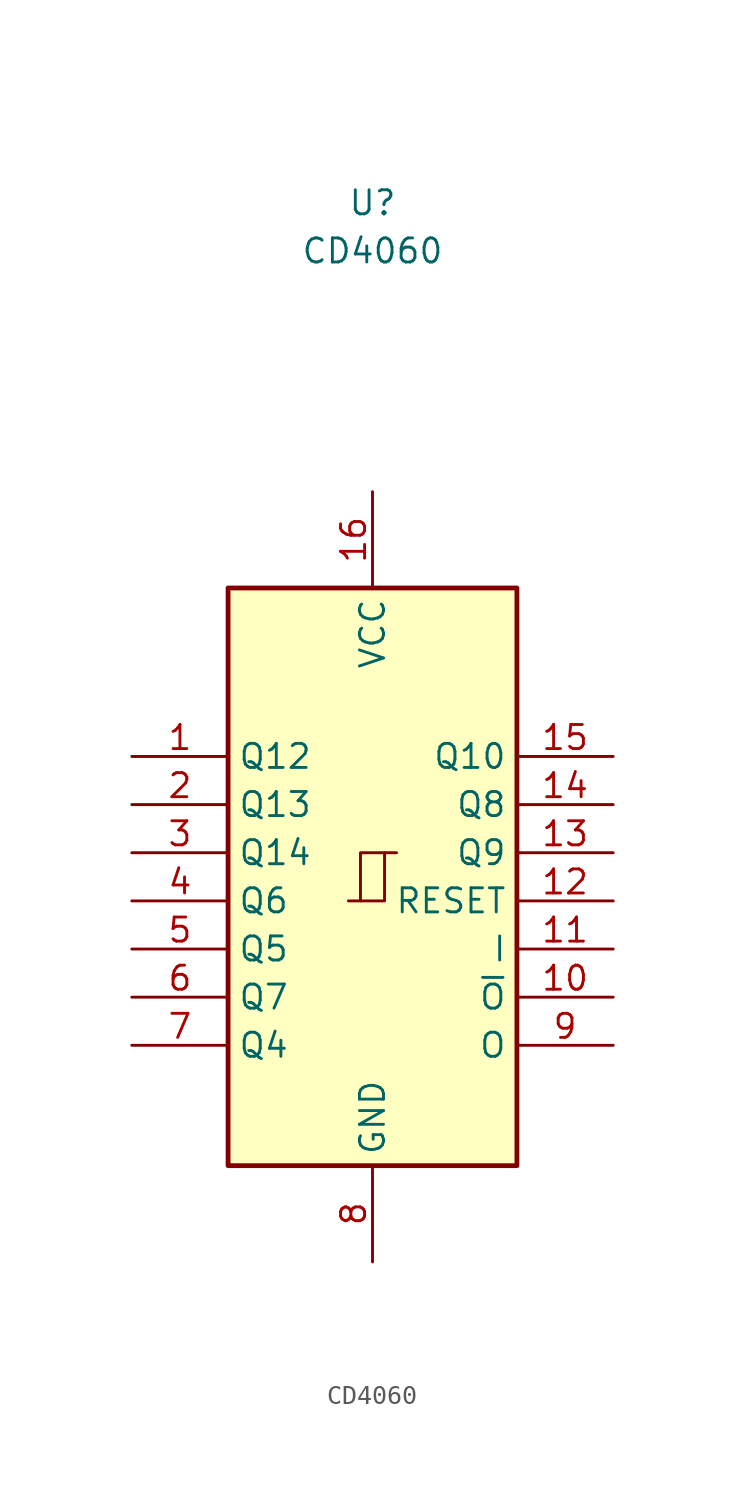
<source format=kicad_sym>
(kicad_symbol_lib
  (version 20211014)
  (generator kicad_symbol_editor)
  (symbol "CD4060"
    (property "Reference" "U"
      (at 0 35.56 0)
      (effects (font (size 1.27 1.27))))
    (property "Value" "CD4060"
      (at 0 33.02 0)
      (effects (font (size 1.27 1.27))))
    (symbol "CD4060_1_0"
      (polyline (pts (xy -0.635 -1.27) (xy -0.635 1.27) (xy 0.635 1.27)) (stroke (width 0) (type default) (color 0 0 0 0)) (fill (type none)))
      (polyline (pts (xy -1.27 -1.27) (xy 0.635 -1.27) (xy 0.635 1.27) (xy 1.27 1.27)) (stroke (width 0) (type default) (color 0 0 0 0)) (fill (type none)))
      (pin output line (at -12.7 6.35 0) (length 5.08) (name "Q12" (effects (font (size 1.27 1.27)))) (number "1" (effects (font (size 1.27 1.27)))))
      (pin output line (at 12.7 -6.35 180) (length 5.08) (name "~{O}" (effects (font (size 1.27 1.27)))) (number "10" (effects (font (size 1.27 1.27)))))
      (pin input line (at 12.7 -3.81 180) (length 5.08) (name "I" (effects (font (size 1.27 1.27)))) (number "11" (effects (font (size 1.27 1.27)))))
      (pin input line (at 12.7 -1.27 180) (length 5.08) (name "RESET" (effects (font (size 1.27 1.27)))) (number "12" (effects (font (size 1.27 1.27)))))
      (pin output line (at 12.7 1.27 180) (length 5.08) (name "Q9" (effects (font (size 1.27 1.27)))) (number "13" (effects (font (size 1.27 1.27)))))
      (pin output line (at 12.7 3.81 180) (length 5.08) (name "Q8" (effects (font (size 1.27 1.27)))) (number "14" (effects (font (size 1.27 1.27)))))
      (pin output line (at 12.7 6.35 180) (length 5.08) (name "Q10" (effects (font (size 1.27 1.27)))) (number "15" (effects (font (size 1.27 1.27)))))
      (pin power_in line (at 0 20.32 270) (length 5.08) (name "VCC" (effects (font (size 1.27 1.27)))) (number "16" (effects (font (size 1.27 1.27)))))
      (pin output line (at -12.7 3.81 0) (length 5.08) (name "Q13" (effects (font (size 1.27 1.27)))) (number "2" (effects (font (size 1.27 1.27)))))
      (pin output line (at -12.7 1.27 0) (length 5.08) (name "Q14" (effects (font (size 1.27 1.27)))) (number "3" (effects (font (size 1.27 1.27)))))
      (pin output line (at -12.7 -1.27 0) (length 5.08) (name "Q6" (effects (font (size 1.27 1.27)))) (number "4" (effects (font (size 1.27 1.27)))))
      (pin output line (at -12.7 -3.81 0) (length 5.08) (name "Q5" (effects (font (size 1.27 1.27)))) (number "5" (effects (font (size 1.27 1.27)))))
      (pin output line (at -12.7 -6.35 0) (length 5.08) (name "Q7" (effects (font (size 1.27 1.27)))) (number "6" (effects (font (size 1.27 1.27)))))
      (pin output line (at -12.7 -8.89 0) (length 5.08) (name "Q4" (effects (font (size 1.27 1.27)))) (number "7" (effects (font (size 1.27 1.27)))))
      (pin power_in line (at 0 -20.32 90) (length 5.08) (name "GND" (effects (font (size 1.27 1.27)))) (number "8" (effects (font (size 1.27 1.27)))))
      (pin output line (at 12.7 -8.89 180) (length 5.08) (name "O" (effects (font (size 1.27 1.27)))) (number "9" (effects (font (size 1.27 1.27))))))
    (symbol "CD4060_1_1"
      (rectangle (start -7.62 15.24) (end 7.62 -15.24) (stroke (width 0.254) (type default) (color 0 0 0 0)) (fill (type background))))))
</source>
